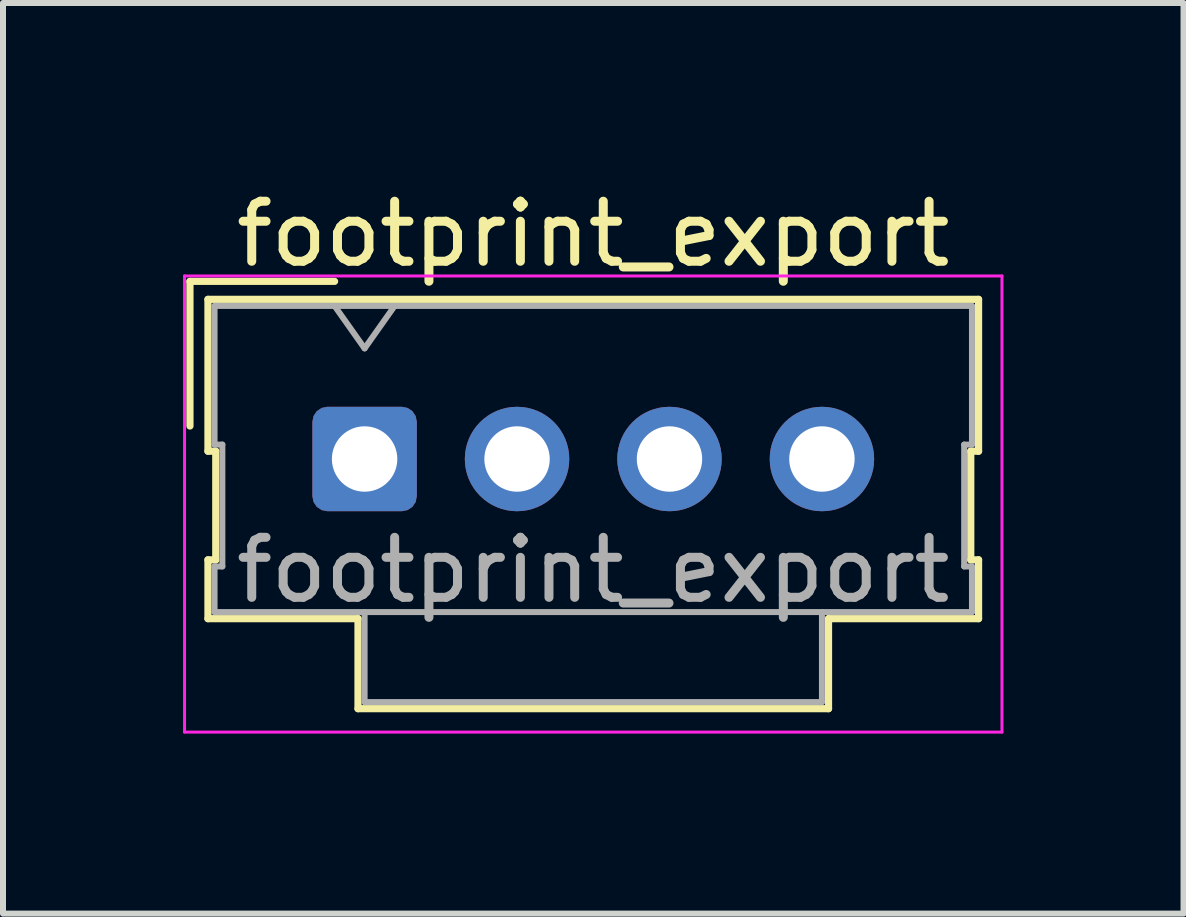
<source format=kicad_pcb>
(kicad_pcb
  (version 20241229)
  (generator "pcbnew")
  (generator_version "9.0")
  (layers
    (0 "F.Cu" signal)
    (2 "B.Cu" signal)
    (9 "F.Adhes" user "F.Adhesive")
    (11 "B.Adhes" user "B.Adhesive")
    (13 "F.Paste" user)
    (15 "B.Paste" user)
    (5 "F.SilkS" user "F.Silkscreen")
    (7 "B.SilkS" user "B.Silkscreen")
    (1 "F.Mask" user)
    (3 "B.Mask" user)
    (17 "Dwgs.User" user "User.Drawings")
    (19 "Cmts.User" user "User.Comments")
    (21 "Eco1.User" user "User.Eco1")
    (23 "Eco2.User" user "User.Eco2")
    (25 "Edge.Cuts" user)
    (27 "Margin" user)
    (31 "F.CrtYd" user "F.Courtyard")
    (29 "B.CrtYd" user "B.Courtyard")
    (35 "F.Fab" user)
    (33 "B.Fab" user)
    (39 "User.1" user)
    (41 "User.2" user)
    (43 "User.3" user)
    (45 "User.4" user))
  (footprint "footprint_export"
    (layer "F.Cu")
    (at 3.025 4.598)
    (property "Reference" "footprint_export" (at 3.81 -3.75 0) (layer "F.SilkS") (effects (font (size 1 1) (thickness 0.15))))
    (attr through_hole)
    (fp_line (start -2.91 -2.96) (end -0.5 -2.96) (stroke (width 0.12) (type solid)) (layer "F.SilkS"))
    (fp_line (start -2.91 -0.55) (end -2.91 -2.96) (stroke (width 0.12) (type solid)) (layer "F.SilkS"))
    (fp_line (start -2.61 -2.66) (end -2.61 -0.13) (stroke (width 0.12) (type solid)) (layer "F.SilkS"))
    (fp_line (start -2.61 -0.13) (end -2.48 -0.13) (stroke (width 0.12) (type solid)) (layer "F.SilkS"))
    (fp_line (start -2.61 1.68) (end -2.61 2.66) (stroke (width 0.12) (type solid)) (layer "F.SilkS"))
    (fp_line (start -2.61 2.66) (end -0.11 2.66) (stroke (width 0.12) (type solid)) (layer "F.SilkS"))
    (fp_line (start -2.48 -0.13) (end -2.48 1.68) (stroke (width 0.12) (type solid)) (layer "F.SilkS"))
    (fp_line (start -2.48 1.68) (end -2.61 1.68) (stroke (width 0.12) (type solid)) (layer "F.SilkS"))
    (fp_line (start -0.11 2.66) (end -0.11 4.16) (stroke (width 0.12) (type solid)) (layer "F.SilkS"))
    (fp_line (start -0.11 4.16) (end 7.73 4.16) (stroke (width 0.12) (type solid)) (layer "F.SilkS"))
    (fp_line (start 7.73 2.66) (end 10.23 2.66) (stroke (width 0.12) (type solid)) (layer "F.SilkS"))
    (fp_line (start 7.73 4.16) (end 7.73 2.66) (stroke (width 0.12) (type solid)) (layer "F.SilkS"))
    (fp_line (start 10.1 -0.13) (end 10.23 -0.13) (stroke (width 0.12) (type solid)) (layer "F.SilkS"))
    (fp_line (start 10.1 1.68) (end 10.1 -0.13) (stroke (width 0.12) (type solid)) (layer "F.SilkS"))
    (fp_line (start 10.23 -2.66) (end -2.61 -2.66) (stroke (width 0.12) (type solid)) (layer "F.SilkS"))
    (fp_line (start 10.23 -0.13) (end 10.23 -2.66) (stroke (width 0.12) (type solid)) (layer "F.SilkS"))
    (fp_line (start 10.23 1.68) (end 10.1 1.68) (stroke (width 0.12) (type solid)) (layer "F.SilkS"))
    (fp_line (start 10.23 2.66) (end 10.23 1.68) (stroke (width 0.12) (type solid)) (layer "F.SilkS"))
    (fp_line (start -3 -3.05) (end -3 4.55) (stroke (width 0.05) (type solid)) (layer "F.CrtYd"))
    (fp_line (start -3 4.55) (end 10.62 4.55) (stroke (width 0.05) (type solid)) (layer "F.CrtYd"))
    (fp_line (start 10.62 -3.05) (end -3 -3.05) (stroke (width 0.05) (type solid)) (layer "F.CrtYd"))
    (fp_line (start 10.62 4.55) (end 10.62 -3.05) (stroke (width 0.05) (type solid)) (layer "F.CrtYd"))
    (fp_line (start -2.5 -2.55) (end -2.5 -0.24) (stroke (width 0.1) (type solid)) (layer "F.Fab"))
    (fp_line (start -2.5 -0.24) (end -2.37 -0.24) (stroke (width 0.1) (type solid)) (layer "F.Fab"))
    (fp_line (start -2.5 1.79) (end -2.5 2.55) (stroke (width 0.1) (type solid)) (layer "F.Fab"))
    (fp_line (start -2.5 2.55) (end 10.12 2.55) (stroke (width 0.1) (type solid)) (layer "F.Fab"))
    (fp_line (start -2.37 -0.24) (end -2.37 1.79) (stroke (width 0.1) (type solid)) (layer "F.Fab"))
    (fp_line (start -2.37 1.79) (end -2.5 1.79) (stroke (width 0.1) (type solid)) (layer "F.Fab"))
    (fp_line (start 0 -1.843) (end -0.5 -2.55) (stroke (width 0.1) (type solid)) (layer "F.Fab"))
    (fp_line (start 0 2.55) (end 0 4.05) (stroke (width 0.1) (type solid)) (layer "F.Fab"))
    (fp_line (start 0 4.05) (end 7.62 4.05) (stroke (width 0.1) (type solid)) (layer "F.Fab"))
    (fp_line (start 0.5 -2.55) (end 0 -1.843) (stroke (width 0.1) (type solid)) (layer "F.Fab"))
    (fp_line (start 7.62 4.05) (end 7.62 2.55) (stroke (width 0.1) (type solid)) (layer "F.Fab"))
    (fp_line (start 9.99 -0.24) (end 10.12 -0.24) (stroke (width 0.1) (type solid)) (layer "F.Fab"))
    (fp_line (start 9.99 1.79) (end 9.99 -0.24) (stroke (width 0.1) (type solid)) (layer "F.Fab"))
    (fp_line (start 10.12 -2.55) (end -2.5 -2.55) (stroke (width 0.1) (type solid)) (layer "F.Fab"))
    (fp_line (start 10.12 -0.24) (end 10.12 -2.55) (stroke (width 0.1) (type solid)) (layer "F.Fab"))
    (fp_line (start 10.12 1.79) (end 9.99 1.79) (stroke (width 0.1) (type solid)) (layer "F.Fab"))
    (fp_line (start 10.12 2.55) (end 10.12 1.79) (stroke (width 0.1) (type solid)) (layer "F.Fab"))
    (fp_text user "${REFERENCE}" (at 3.81 1.85 0) (layer "F.Fab") (effects (font (size 1 1) (thickness 0.15))))
    (pad "1" thru_hole roundrect (at 0 0) (size 1.74 1.74) (drill 1.09) (layers "*.Cu" "*.Mask") (roundrect_rratio 0.144))
    (pad "2" thru_hole circle (at 2.54 0) (size 1.74 1.74) (drill 1.09) (layers "*.Cu" "*.Mask"))
    (pad "3" thru_hole circle (at 5.08 0) (size 1.74 1.74) (drill 1.09) (layers "*.Cu" "*.Mask"))
    (pad "4" thru_hole circle (at 7.62 0) (size 1.74 1.74) (drill 1.09) (layers "*.Cu" "*.Mask")))
  (gr_rect
    (start -3 -3)
    (end 16.67 12.173)
    (stroke (width 0.1) (type default))
    (fill no)
    (layer "Edge.Cuts")))
</source>
